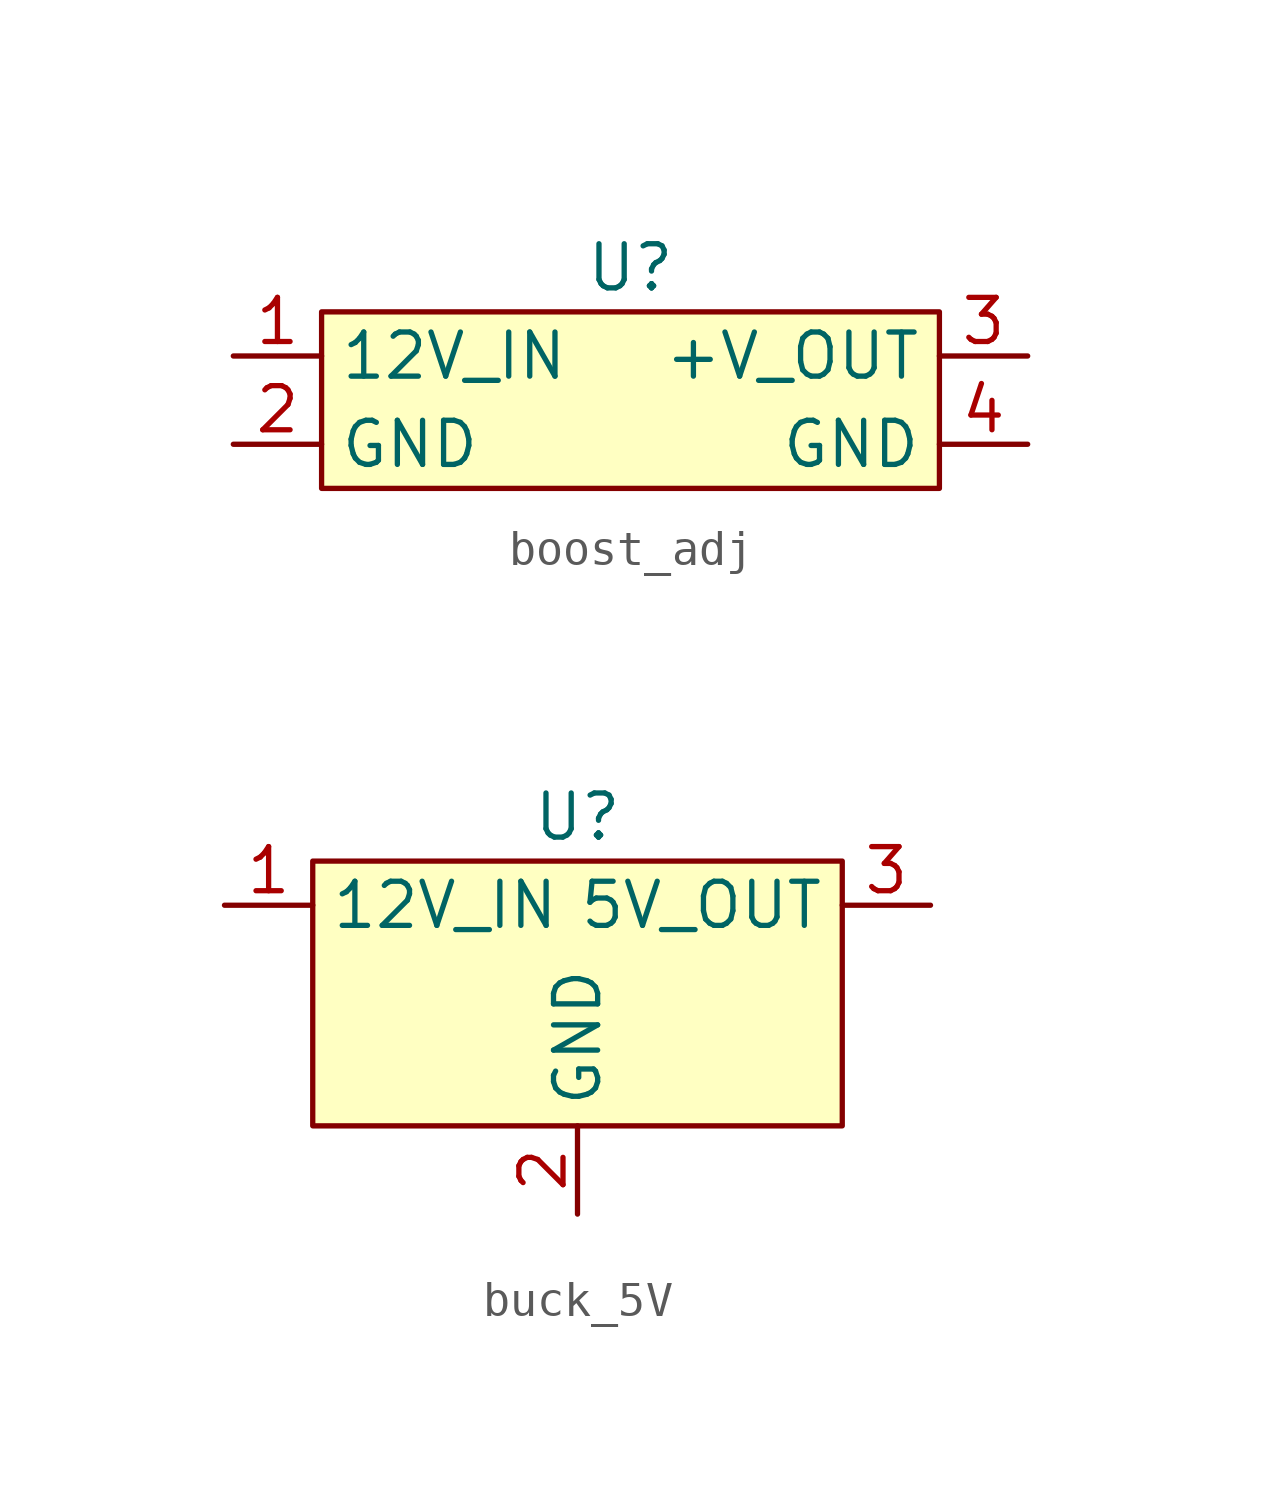
<source format=kicad_sym>
(kicad_symbol_lib
  (version 20220914)
  (generator kicad_symbol_editor)
  (symbol "boost_adj"
    (property "Reference" "U"
      (at 0 5.08 0)
      (effects (font (size 1.27 1.27))))
    (property "Value" ""
      (at -3.81 7.62 0)
      (effects (font (size 1.27 1.27))))
    (symbol "boost_adj_1_1"
      (rectangle (start -8.89 3.81) (end 8.89 -1.27) (stroke (width 0) (type default)) (fill (type background)))
      (pin power_in line (at -11.43 2.54 0) (length 2.54) (name "12V_IN" (effects (font (size 1.27 1.27)))) (number "1" (effects (font (size 1.27 1.27)))))
      (pin passive line (at -11.43 0 0) (length 2.54) (name "GND" (effects (font (size 1.27 1.27)))) (number "2" (effects (font (size 1.27 1.27)))))
      (pin power_out line (at 11.43 2.54 180) (length 2.54) (name "+V_OUT" (effects (font (size 1.27 1.27)))) (number "3" (effects (font (size 1.27 1.27)))))
      (pin passive line (at 11.43 0 180) (length 2.54) (name "GND" (effects (font (size 1.27 1.27)))) (number "4" (effects (font (size 1.27 1.27)))))))
  (symbol "buck_5V"
    (property "Reference" "U"
      (at 0 5.08 0)
      (effects (font (size 1.27 1.27))))
    (property "Value" ""
      (at 3.81 1.27 0)
      (effects (font (size 1.27 1.27))))
    (symbol "buck_5V_1_1"
      (rectangle (start -7.62 3.81) (end 7.62 -3.81) (stroke (width 0) (type default)) (fill (type background)))
      (pin power_in line (at -10.16 2.54 0) (length 2.54) (name "12V_IN" (effects (font (size 1.27 1.27)))) (number "1" (effects (font (size 1.27 1.27)))))
      (pin passive line (at 0 -6.35 90) (length 2.54) (name "GND" (effects (font (size 1.27 1.27)))) (number "2" (effects (font (size 1.27 1.27)))))
      (pin power_out line (at 10.16 2.54 180) (length 2.54) (name "5V_OUT" (effects (font (size 1.27 1.27)))) (number "3" (effects (font (size 1.27 1.27))))))))
</source>
